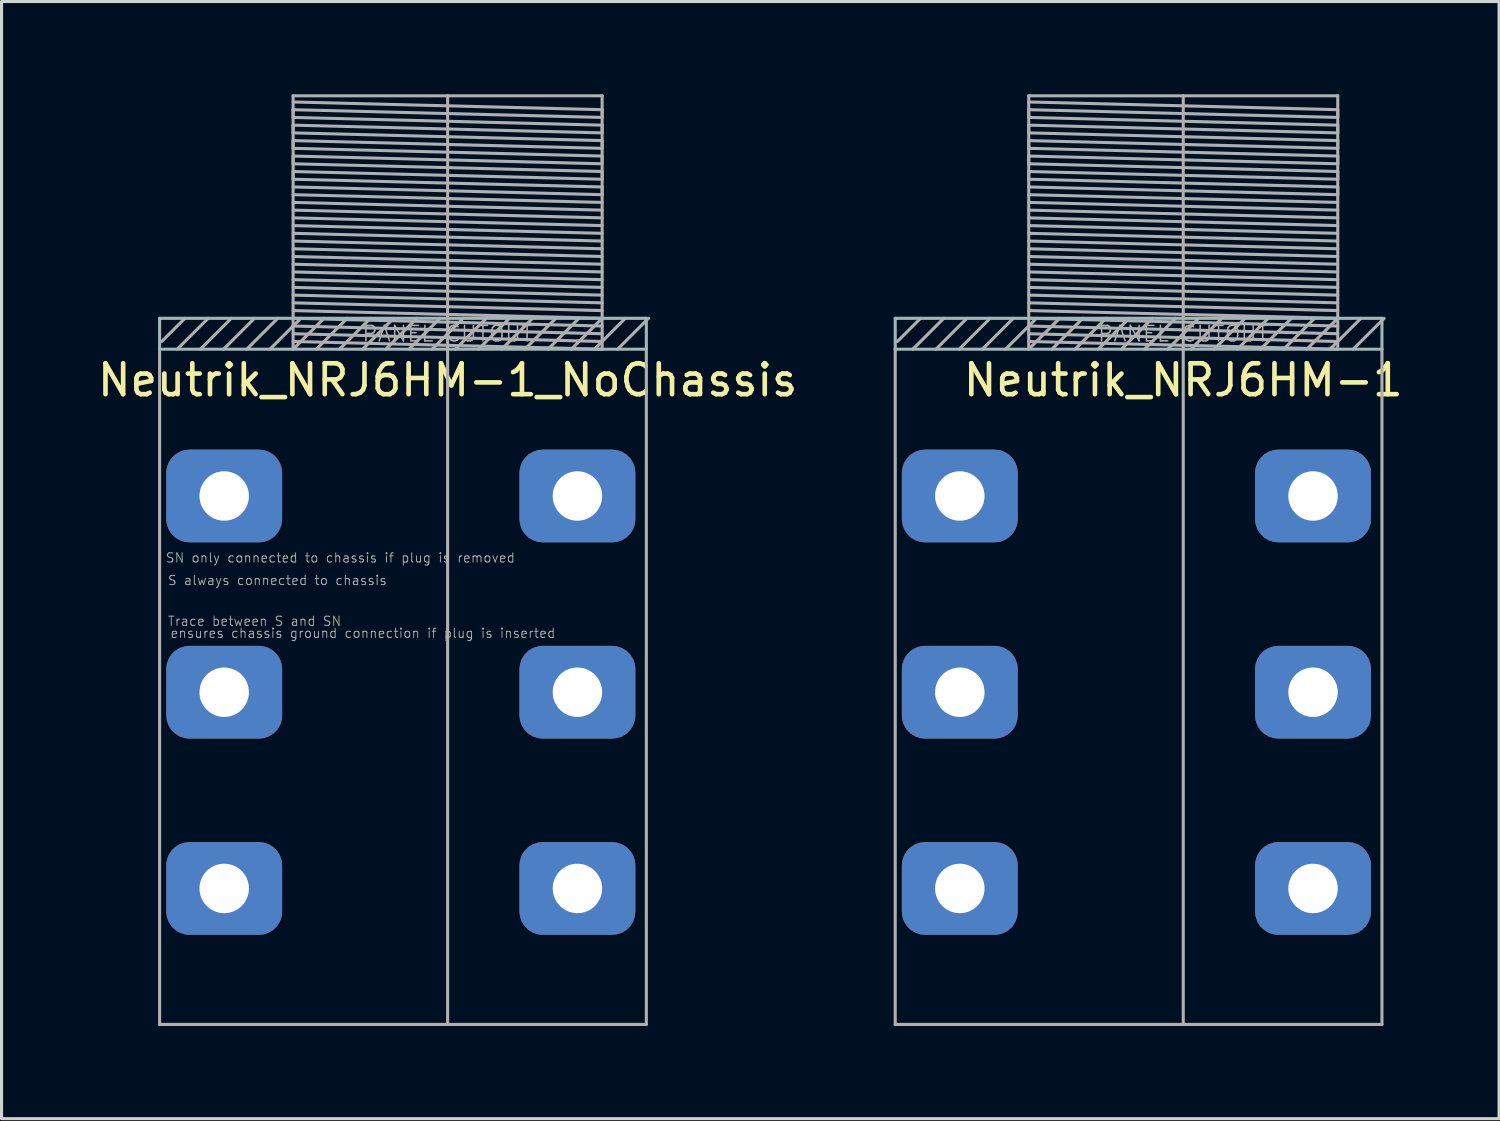
<source format=kicad_pcb>
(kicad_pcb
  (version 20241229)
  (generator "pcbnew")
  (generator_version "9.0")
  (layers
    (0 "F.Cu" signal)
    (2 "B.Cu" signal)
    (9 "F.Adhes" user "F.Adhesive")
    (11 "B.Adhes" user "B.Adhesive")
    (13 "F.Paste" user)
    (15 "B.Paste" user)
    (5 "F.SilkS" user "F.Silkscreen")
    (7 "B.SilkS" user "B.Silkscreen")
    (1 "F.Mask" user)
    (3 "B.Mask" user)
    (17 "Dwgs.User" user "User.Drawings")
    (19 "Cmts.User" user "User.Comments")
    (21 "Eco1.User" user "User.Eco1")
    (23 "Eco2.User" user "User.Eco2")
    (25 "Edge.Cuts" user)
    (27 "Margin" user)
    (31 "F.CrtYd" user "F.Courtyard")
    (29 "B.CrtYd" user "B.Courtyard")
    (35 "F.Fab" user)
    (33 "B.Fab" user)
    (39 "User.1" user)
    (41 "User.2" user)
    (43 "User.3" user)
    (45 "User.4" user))
  (footprint "Neutrik_NRJ6HM-1_NoChassis"
    (layer "F.Cu")
    (at 11.435 8.25)
    (property "Reference" "Neutrik_NRJ6HM-1_NoChassis" (at 0 1 0) (layer "F.SilkS") (effects (font (size 1 1) (thickness 0.15))))
    (attr through_hole)
    (fp_poly (pts (xy -9.32 0) (xy -9.32 -1) (xy 6.43 -1) (xy 6.43 0)) (stroke (width 0.01) (type solid)) (fill no) (layer "B.CrtYd"))
    (fp_line (start -9.32 -1) (end 6.43 -1) (stroke (width 0.1) (type solid)) (layer "F.Fab"))
    (fp_line (start -9.32 0) (end -9.32 -1) (stroke (width 0.1) (type solid)) (layer "F.Fab"))
    (fp_line (start -9.32 21.85) (end -9.32 0) (stroke (width 0.1) (type solid)) (layer "F.Fab"))
    (fp_line (start -8.5 -1) (end -9.25 -0.25) (stroke (width 0.1) (type solid)) (layer "F.Fab"))
    (fp_line (start -8 0) (end -7 -1) (stroke (width 0.1) (type solid)) (layer "F.Fab"))
    (fp_line (start -7.75 -1) (end -8.75 0) (stroke (width 0.1) (type solid)) (layer "F.Fab"))
    (fp_line (start -6.25 -1) (end -7.25 0) (stroke (width 0.1) (type solid)) (layer "F.Fab"))
    (fp_line (start -5.5 -1) (end -6.5 0) (stroke (width 0.1) (type solid)) (layer "F.Fab"))
    (fp_line (start -5 -8.2) (end 5 -8.2) (stroke (width 0.1) (type solid)) (layer "F.Fab"))
    (fp_line (start -5 -8) (end 5 -7.75) (stroke (width 0.1) (type solid)) (layer "F.Fab"))
    (fp_line (start -5 -7.75) (end -5 -7.5) (stroke (width 0.1) (type solid)) (layer "F.Fab"))
    (fp_line (start -5 -7.5) (end 5 -7.25) (stroke (width 0.1) (type solid)) (layer "F.Fab"))
    (fp_line (start -5 -7.25) (end -5 -7) (stroke (width 0.1) (type solid)) (layer "F.Fab"))
    (fp_line (start -5 -7) (end 5 -6.75) (stroke (width 0.1) (type solid)) (layer "F.Fab"))
    (fp_line (start -5 -6.75) (end -5 -6.5) (stroke (width 0.1) (type solid)) (layer "F.Fab"))
    (fp_line (start -5 -6.5) (end 5 -6.25) (stroke (width 0.1) (type solid)) (layer "F.Fab"))
    (fp_line (start -5 -6.25) (end -5 -6) (stroke (width 0.1) (type solid)) (layer "F.Fab"))
    (fp_line (start -5 -6) (end 5 -5.75) (stroke (width 0.1) (type solid)) (layer "F.Fab"))
    (fp_line (start -5 -5.75) (end -5 -5.5) (stroke (width 0.1) (type solid)) (layer "F.Fab"))
    (fp_line (start -5 -5.5) (end 5 -5.25) (stroke (width 0.1) (type solid)) (layer "F.Fab"))
    (fp_line (start -5 -5.25) (end 5 -5) (stroke (width 0.1) (type solid)) (layer "F.Fab"))
    (fp_line (start -5 -5) (end 5 -4.75) (stroke (width 0.1) (type solid)) (layer "F.Fab"))
    (fp_line (start -5 -4.75) (end 5 -4.5) (stroke (width 0.1) (type solid)) (layer "F.Fab"))
    (fp_line (start -5 -4.5) (end 5 -4.25) (stroke (width 0.1) (type solid)) (layer "F.Fab"))
    (fp_line (start -5 -4.25) (end 5 -4) (stroke (width 0.1) (type solid)) (layer "F.Fab"))
    (fp_line (start -5 -4) (end 5 -3.75) (stroke (width 0.1) (type solid)) (layer "F.Fab"))
    (fp_line (start -5 -3.75) (end 5 -3.5) (stroke (width 0.1) (type solid)) (layer "F.Fab"))
    (fp_line (start -5 -3.5) (end 5 -3.25) (stroke (width 0.1) (type solid)) (layer "F.Fab"))
    (fp_line (start -5 -3.25) (end 5 -3) (stroke (width 0.1) (type solid)) (layer "F.Fab"))
    (fp_line (start -5 -3) (end 5 -2.75) (stroke (width 0.1) (type solid)) (layer "F.Fab"))
    (fp_line (start -5 -2.75) (end 5 -2.5) (stroke (width 0.1) (type solid)) (layer "F.Fab"))
    (fp_line (start -5 -2.5) (end 5 -2.25) (stroke (width 0.1) (type solid)) (layer "F.Fab"))
    (fp_line (start -5 -2.25) (end 5 -2) (stroke (width 0.1) (type solid)) (layer "F.Fab"))
    (fp_line (start -5 -2) (end 5 -1.75) (stroke (width 0.1) (type solid)) (layer "F.Fab"))
    (fp_line (start -5 -1.75) (end 5 -1.5) (stroke (width 0.1) (type solid)) (layer "F.Fab"))
    (fp_line (start -5 -1.5) (end 5 -1.25) (stroke (width 0.1) (type solid)) (layer "F.Fab"))
    (fp_line (start -5 -1.25) (end 5 -1) (stroke (width 0.1) (type solid)) (layer "F.Fab"))
    (fp_line (start -5 -1) (end 5 -0.75) (stroke (width 0.1) (type solid)) (layer "F.Fab"))
    (fp_line (start -5 -0.75) (end 5 -0.5) (stroke (width 0.1) (type solid)) (layer "F.Fab"))
    (fp_line (start -5 -0.5) (end 5 -0.25) (stroke (width 0.1) (type solid)) (layer "F.Fab"))
    (fp_line (start -5 -0.25) (end 5 0) (stroke (width 0.1) (type solid)) (layer "F.Fab"))
    (fp_line (start -5 0) (end -5 -8.2) (stroke (width 0.1) (type solid)) (layer "F.Fab"))
    (fp_line (start -5 0) (end -4 -1) (stroke (width 0.1) (type solid)) (layer "F.Fab"))
    (fp_line (start -4.75 -1) (end -5.75 0) (stroke (width 0.1) (type solid)) (layer "F.Fab"))
    (fp_line (start -4.25 0) (end -3.25 -1) (stroke (width 0.1) (type solid)) (layer "F.Fab"))
    (fp_line (start -3.5 0) (end -2.5 -1) (stroke (width 0.1) (type solid)) (layer "F.Fab"))
    (fp_line (start -2.75 0) (end -1.75 -1) (stroke (width 0.1) (type solid)) (layer "F.Fab"))
    (fp_line (start -2 0) (end -1 -1) (stroke (width 0.1) (type solid)) (layer "F.Fab"))
    (fp_line (start -0.5 0) (end 0.5 -1) (stroke (width 0.1) (type solid)) (layer "F.Fab"))
    (fp_line (start -0.25 -1) (end -1.25 0) (stroke (width 0.1) (type solid)) (layer "F.Fab"))
    (fp_line (start 0 0) (end -9.32 0) (stroke (width 0.1) (type solid)) (layer "F.Fab"))
    (fp_line (start 0 0) (end 6.43 0) (stroke (width 0.1) (type solid)) (layer "F.Fab"))
    (fp_line (start 0 21.85) (end 0 -8.2) (stroke (width 0.1) (type solid)) (layer "F.Fab"))
    (fp_line (start 1 0) (end 2 -1) (stroke (width 0.1) (type solid)) (layer "F.Fab"))
    (fp_line (start 1.25 -1) (end 0.25 0) (stroke (width 0.1) (type solid)) (layer "F.Fab"))
    (fp_line (start 2.5 0) (end 3.5 -1) (stroke (width 0.1) (type solid)) (layer "F.Fab"))
    (fp_line (start 2.75 -1) (end 1.75 0) (stroke (width 0.1) (type solid)) (layer "F.Fab"))
    (fp_line (start 4 0) (end 5 -1) (stroke (width 0.1) (type solid)) (layer "F.Fab"))
    (fp_line (start 4.25 -1) (end 3.25 0) (stroke (width 0.1) (type solid)) (layer "F.Fab"))
    (fp_line (start 4.75 0) (end 5.75 -1) (stroke (width 0.1) (type solid)) (layer "F.Fab"))
    (fp_line (start 5 -8.2) (end 5 0) (stroke (width 0.1) (type solid)) (layer "F.Fab"))
    (fp_line (start 5 -7.75) (end 5 -7.5) (stroke (width 0.1) (type solid)) (layer "F.Fab"))
    (fp_line (start 5 -7.5) (end -5 -7.75) (stroke (width 0.1) (type solid)) (layer "F.Fab"))
    (fp_line (start 5 -7.25) (end 5 -7) (stroke (width 0.1) (type solid)) (layer "F.Fab"))
    (fp_line (start 5 -7) (end -5 -7.25) (stroke (width 0.1) (type solid)) (layer "F.Fab"))
    (fp_line (start 5 -6.75) (end 5 -6.5) (stroke (width 0.1) (type solid)) (layer "F.Fab"))
    (fp_line (start 5 -6.5) (end -5 -6.75) (stroke (width 0.1) (type solid)) (layer "F.Fab"))
    (fp_line (start 5 -6.25) (end 5 -6) (stroke (width 0.1) (type solid)) (layer "F.Fab"))
    (fp_line (start 5 -6) (end -5 -6.25) (stroke (width 0.1) (type solid)) (layer "F.Fab"))
    (fp_line (start 5 -5.75) (end 5 -5.5) (stroke (width 0.1) (type solid)) (layer "F.Fab"))
    (fp_line (start 5 -5.5) (end -5 -5.75) (stroke (width 0.1) (type solid)) (layer "F.Fab"))
    (fp_line (start 5 -5.25) (end 5 -5) (stroke (width 0.1) (type solid)) (layer "F.Fab"))
    (fp_line (start 5.5 0) (end 6.5 -1) (stroke (width 0.1) (type solid)) (layer "F.Fab"))
    (fp_line (start 6.43 -1) (end 6.43 0) (stroke (width 0.1) (type solid)) (layer "F.Fab"))
    (fp_line (start 6.43 0) (end 6.43 21.85) (stroke (width 0.1) (type solid)) (layer "F.Fab"))
    (fp_line (start 6.43 21.85) (end -9.32 21.85) (stroke (width 0.1) (type solid)) (layer "F.Fab"))
    (fp_text user "SN only connected to chassis if plug is removed" (at -3.47 6.75 0) (layer "F.Fab") (effects (font (size 0.3 0.3) (thickness 0.03))))
    (fp_text user "S always connected to chassis" (at -5.51 7.48 0) (layer "F.Fab") (effects (font (size 0.3 0.3) (thickness 0.03))))
    (fp_text user "Trace between S and SN" (at -6.25 8.8 0) (layer "F.Fab") (effects (font (size 0.3 0.3) (thickness 0.03))))
    (fp_text user "ensures chassis ground connection if plug is inserted" (at -2.74 9.19 0) (layer "F.Fab") (effects (font (size 0.3 0.3) (thickness 0.03))))
    (fp_text user "PANEL CUTOUT" (at 0 -0.5 0) (layer "F.Fab") (effects (font (size 0.5 0.5) (thickness 0.05))))
    (pad "R" thru_hole roundrect (at -7.23 11.1) (size 3.75 3) (drill 1.6) (layers "*.Cu" "*.Mask") (roundrect_rratio 0.25))
    (pad "RN" thru_hole roundrect (at 4.2 11.1) (size 3.75 3) (drill 1.6) (layers "*.Cu" "*.Mask") (roundrect_rratio 0.25))
    (pad "S" thru_hole roundrect (at -7.23 4.75) (size 3.75 3) (drill 1.6) (layers "*.Cu" "*.Mask") (roundrect_rratio 0.25))
    (pad "SN" thru_hole roundrect (at 4.2 4.75) (size 3.75 3) (drill 1.6) (layers "*.Cu" "*.Mask") (roundrect_rratio 0.25))
    (pad "T" thru_hole roundrect (at -7.23 17.45) (size 3.75 3) (drill 1.6) (layers "*.Cu" "*.Mask") (roundrect_rratio 0.25))
    (pad "TN" thru_hole roundrect (at 4.2 17.45) (size 3.75 3) (drill 1.6) (layers "*.Cu" "*.Mask") (roundrect_rratio 0.25)))
  (footprint "Neutrik_NRJ6HM-1"
    (layer "F.Cu")
    (at 35.239 8.25)
    (property "Reference" "Neutrik_NRJ6HM-1" (at 0 1 0) (layer "F.SilkS") (effects (font (size 1 1) (thickness 0.15))))
    (attr through_hole)
    (fp_poly (pts (xy -9.32 0) (xy -9.32 -1) (xy 6.43 -1) (xy 6.43 0)) (stroke (width 0.01) (type solid)) (fill no) (layer "B.CrtYd"))
    (fp_line (start -9.32 -1) (end 6.43 -1) (stroke (width 0.1) (type solid)) (layer "F.Fab"))
    (fp_line (start -9.32 0) (end -9.32 -1) (stroke (width 0.1) (type solid)) (layer "F.Fab"))
    (fp_line (start -9.32 21.85) (end -9.32 0) (stroke (width 0.1) (type solid)) (layer "F.Fab"))
    (fp_line (start -8.5 -1) (end -9.25 -0.25) (stroke (width 0.1) (type solid)) (layer "F.Fab"))
    (fp_line (start -8 0) (end -7 -1) (stroke (width 0.1) (type solid)) (layer "F.Fab"))
    (fp_line (start -7.75 -1) (end -8.75 0) (stroke (width 0.1) (type solid)) (layer "F.Fab"))
    (fp_line (start -6.25 -1) (end -7.25 0) (stroke (width 0.1) (type solid)) (layer "F.Fab"))
    (fp_line (start -5.5 -1) (end -6.5 0) (stroke (width 0.1) (type solid)) (layer "F.Fab"))
    (fp_line (start -5 -8.2) (end 5 -8.2) (stroke (width 0.1) (type solid)) (layer "F.Fab"))
    (fp_line (start -5 -8) (end 5 -7.75) (stroke (width 0.1) (type solid)) (layer "F.Fab"))
    (fp_line (start -5 -7.75) (end -5 -7.5) (stroke (width 0.1) (type solid)) (layer "F.Fab"))
    (fp_line (start -5 -7.5) (end 5 -7.25) (stroke (width 0.1) (type solid)) (layer "F.Fab"))
    (fp_line (start -5 -7.25) (end -5 -7) (stroke (width 0.1) (type solid)) (layer "F.Fab"))
    (fp_line (start -5 -7) (end 5 -6.75) (stroke (width 0.1) (type solid)) (layer "F.Fab"))
    (fp_line (start -5 -6.75) (end -5 -6.5) (stroke (width 0.1) (type solid)) (layer "F.Fab"))
    (fp_line (start -5 -6.5) (end 5 -6.25) (stroke (width 0.1) (type solid)) (layer "F.Fab"))
    (fp_line (start -5 -6.25) (end -5 -6) (stroke (width 0.1) (type solid)) (layer "F.Fab"))
    (fp_line (start -5 -6) (end 5 -5.75) (stroke (width 0.1) (type solid)) (layer "F.Fab"))
    (fp_line (start -5 -5.75) (end -5 -5.5) (stroke (width 0.1) (type solid)) (layer "F.Fab"))
    (fp_line (start -5 -5.5) (end 5 -5.25) (stroke (width 0.1) (type solid)) (layer "F.Fab"))
    (fp_line (start -5 -5.25) (end 5 -5) (stroke (width 0.1) (type solid)) (layer "F.Fab"))
    (fp_line (start -5 -5) (end 5 -4.75) (stroke (width 0.1) (type solid)) (layer "F.Fab"))
    (fp_line (start -5 -4.75) (end 5 -4.5) (stroke (width 0.1) (type solid)) (layer "F.Fab"))
    (fp_line (start -5 -4.5) (end 5 -4.25) (stroke (width 0.1) (type solid)) (layer "F.Fab"))
    (fp_line (start -5 -4.25) (end 5 -4) (stroke (width 0.1) (type solid)) (layer "F.Fab"))
    (fp_line (start -5 -4) (end 5 -3.75) (stroke (width 0.1) (type solid)) (layer "F.Fab"))
    (fp_line (start -5 -3.75) (end 5 -3.5) (stroke (width 0.1) (type solid)) (layer "F.Fab"))
    (fp_line (start -5 -3.5) (end 5 -3.25) (stroke (width 0.1) (type solid)) (layer "F.Fab"))
    (fp_line (start -5 -3.25) (end 5 -3) (stroke (width 0.1) (type solid)) (layer "F.Fab"))
    (fp_line (start -5 -3) (end 5 -2.75) (stroke (width 0.1) (type solid)) (layer "F.Fab"))
    (fp_line (start -5 -2.75) (end 5 -2.5) (stroke (width 0.1) (type solid)) (layer "F.Fab"))
    (fp_line (start -5 -2.5) (end 5 -2.25) (stroke (width 0.1) (type solid)) (layer "F.Fab"))
    (fp_line (start -5 -2.25) (end 5 -2) (stroke (width 0.1) (type solid)) (layer "F.Fab"))
    (fp_line (start -5 -2) (end 5 -1.75) (stroke (width 0.1) (type solid)) (layer "F.Fab"))
    (fp_line (start -5 -1.75) (end 5 -1.5) (stroke (width 0.1) (type solid)) (layer "F.Fab"))
    (fp_line (start -5 -1.5) (end 5 -1.25) (stroke (width 0.1) (type solid)) (layer "F.Fab"))
    (fp_line (start -5 -1.25) (end 5 -1) (stroke (width 0.1) (type solid)) (layer "F.Fab"))
    (fp_line (start -5 -1) (end 5 -0.75) (stroke (width 0.1) (type solid)) (layer "F.Fab"))
    (fp_line (start -5 -0.75) (end 5 -0.5) (stroke (width 0.1) (type solid)) (layer "F.Fab"))
    (fp_line (start -5 -0.5) (end 5 -0.25) (stroke (width 0.1) (type solid)) (layer "F.Fab"))
    (fp_line (start -5 -0.25) (end 5 0) (stroke (width 0.1) (type solid)) (layer "F.Fab"))
    (fp_line (start -5 0) (end -5 -8.2) (stroke (width 0.1) (type solid)) (layer "F.Fab"))
    (fp_line (start -5 0) (end -4 -1) (stroke (width 0.1) (type solid)) (layer "F.Fab"))
    (fp_line (start -4.75 -1) (end -5.75 0) (stroke (width 0.1) (type solid)) (layer "F.Fab"))
    (fp_line (start -4.25 0) (end -3.25 -1) (stroke (width 0.1) (type solid)) (layer "F.Fab"))
    (fp_line (start -3.5 0) (end -2.5 -1) (stroke (width 0.1) (type solid)) (layer "F.Fab"))
    (fp_line (start -2.75 0) (end -1.75 -1) (stroke (width 0.1) (type solid)) (layer "F.Fab"))
    (fp_line (start -2 0) (end -1 -1) (stroke (width 0.1) (type solid)) (layer "F.Fab"))
    (fp_line (start -0.5 0) (end 0.5 -1) (stroke (width 0.1) (type solid)) (layer "F.Fab"))
    (fp_line (start -0.25 -1) (end -1.25 0) (stroke (width 0.1) (type solid)) (layer "F.Fab"))
    (fp_line (start 0 0) (end -9.32 0) (stroke (width 0.1) (type solid)) (layer "F.Fab"))
    (fp_line (start 0 0) (end 6.43 0) (stroke (width 0.1) (type solid)) (layer "F.Fab"))
    (fp_line (start 0 21.85) (end 0 -8.2) (stroke (width 0.1) (type solid)) (layer "F.Fab"))
    (fp_line (start 1 0) (end 2 -1) (stroke (width 0.1) (type solid)) (layer "F.Fab"))
    (fp_line (start 1.25 -1) (end 0.25 0) (stroke (width 0.1) (type solid)) (layer "F.Fab"))
    (fp_line (start 2.5 0) (end 3.5 -1) (stroke (width 0.1) (type solid)) (layer "F.Fab"))
    (fp_line (start 2.75 -1) (end 1.75 0) (stroke (width 0.1) (type solid)) (layer "F.Fab"))
    (fp_line (start 4 0) (end 5 -1) (stroke (width 0.1) (type solid)) (layer "F.Fab"))
    (fp_line (start 4.25 -1) (end 3.25 0) (stroke (width 0.1) (type solid)) (layer "F.Fab"))
    (fp_line (start 4.75 0) (end 5.75 -1) (stroke (width 0.1) (type solid)) (layer "F.Fab"))
    (fp_line (start 5 -8.2) (end 5 0) (stroke (width 0.1) (type solid)) (layer "F.Fab"))
    (fp_line (start 5 -7.75) (end 5 -7.5) (stroke (width 0.1) (type solid)) (layer "F.Fab"))
    (fp_line (start 5 -7.5) (end -5 -7.75) (stroke (width 0.1) (type solid)) (layer "F.Fab"))
    (fp_line (start 5 -7.25) (end 5 -7) (stroke (width 0.1) (type solid)) (layer "F.Fab"))
    (fp_line (start 5 -7) (end -5 -7.25) (stroke (width 0.1) (type solid)) (layer "F.Fab"))
    (fp_line (start 5 -6.75) (end 5 -6.5) (stroke (width 0.1) (type solid)) (layer "F.Fab"))
    (fp_line (start 5 -6.5) (end -5 -6.75) (stroke (width 0.1) (type solid)) (layer "F.Fab"))
    (fp_line (start 5 -6.25) (end 5 -6) (stroke (width 0.1) (type solid)) (layer "F.Fab"))
    (fp_line (start 5 -6) (end -5 -6.25) (stroke (width 0.1) (type solid)) (layer "F.Fab"))
    (fp_line (start 5 -5.75) (end 5 -5.5) (stroke (width 0.1) (type solid)) (layer "F.Fab"))
    (fp_line (start 5 -5.5) (end -5 -5.75) (stroke (width 0.1) (type solid)) (layer "F.Fab"))
    (fp_line (start 5 -5.25) (end 5 -5) (stroke (width 0.1) (type solid)) (layer "F.Fab"))
    (fp_line (start 5.5 0) (end 6.5 -1) (stroke (width 0.1) (type solid)) (layer "F.Fab"))
    (fp_line (start 6.43 -1) (end 6.43 0) (stroke (width 0.1) (type solid)) (layer "F.Fab"))
    (fp_line (start 6.43 0) (end 6.43 21.85) (stroke (width 0.1) (type solid)) (layer "F.Fab"))
    (fp_line (start 6.43 21.85) (end -9.32 21.85) (stroke (width 0.1) (type solid)) (layer "F.Fab"))
    (fp_text user "PANEL CUTOUT" (at 0 -0.5 0) (layer "F.Fab") (effects (font (size 0.5 0.5) (thickness 0.05))))
    (pad "R" thru_hole roundrect (at -7.23 11.1) (size 3.75 3) (drill 1.6) (layers "*.Cu" "*.Mask") (roundrect_rratio 0.25))
    (pad "RN" thru_hole roundrect (at 4.2 11.1) (size 3.75 3) (drill 1.6) (layers "*.Cu" "*.Mask") (roundrect_rratio 0.25))
    (pad "S" thru_hole roundrect (at -7.23 4.75) (size 3.75 3) (drill 1.6) (layers "*.Cu" "*.Mask") (roundrect_rratio 0.25))
    (pad "S" thru_hole roundrect (at 4.2 4.75) (size 3.75 3) (drill 1.6) (layers "*.Cu" "*.Mask") (roundrect_rratio 0.25))
    (pad "T" thru_hole roundrect (at -7.23 17.45) (size 3.75 3) (drill 1.6) (layers "*.Cu" "*.Mask") (roundrect_rratio 0.25))
    (pad "TN" thru_hole roundrect (at 4.2 17.45) (size 3.75 3) (drill 1.6) (layers "*.Cu" "*.Mask") (roundrect_rratio 0.25)))
  (gr_rect
    (start -3 -3)
    (end 45.459 33.15)
    (stroke (width 0.1) (type default))
    (fill no)
    (layer "Edge.Cuts")))
</source>
